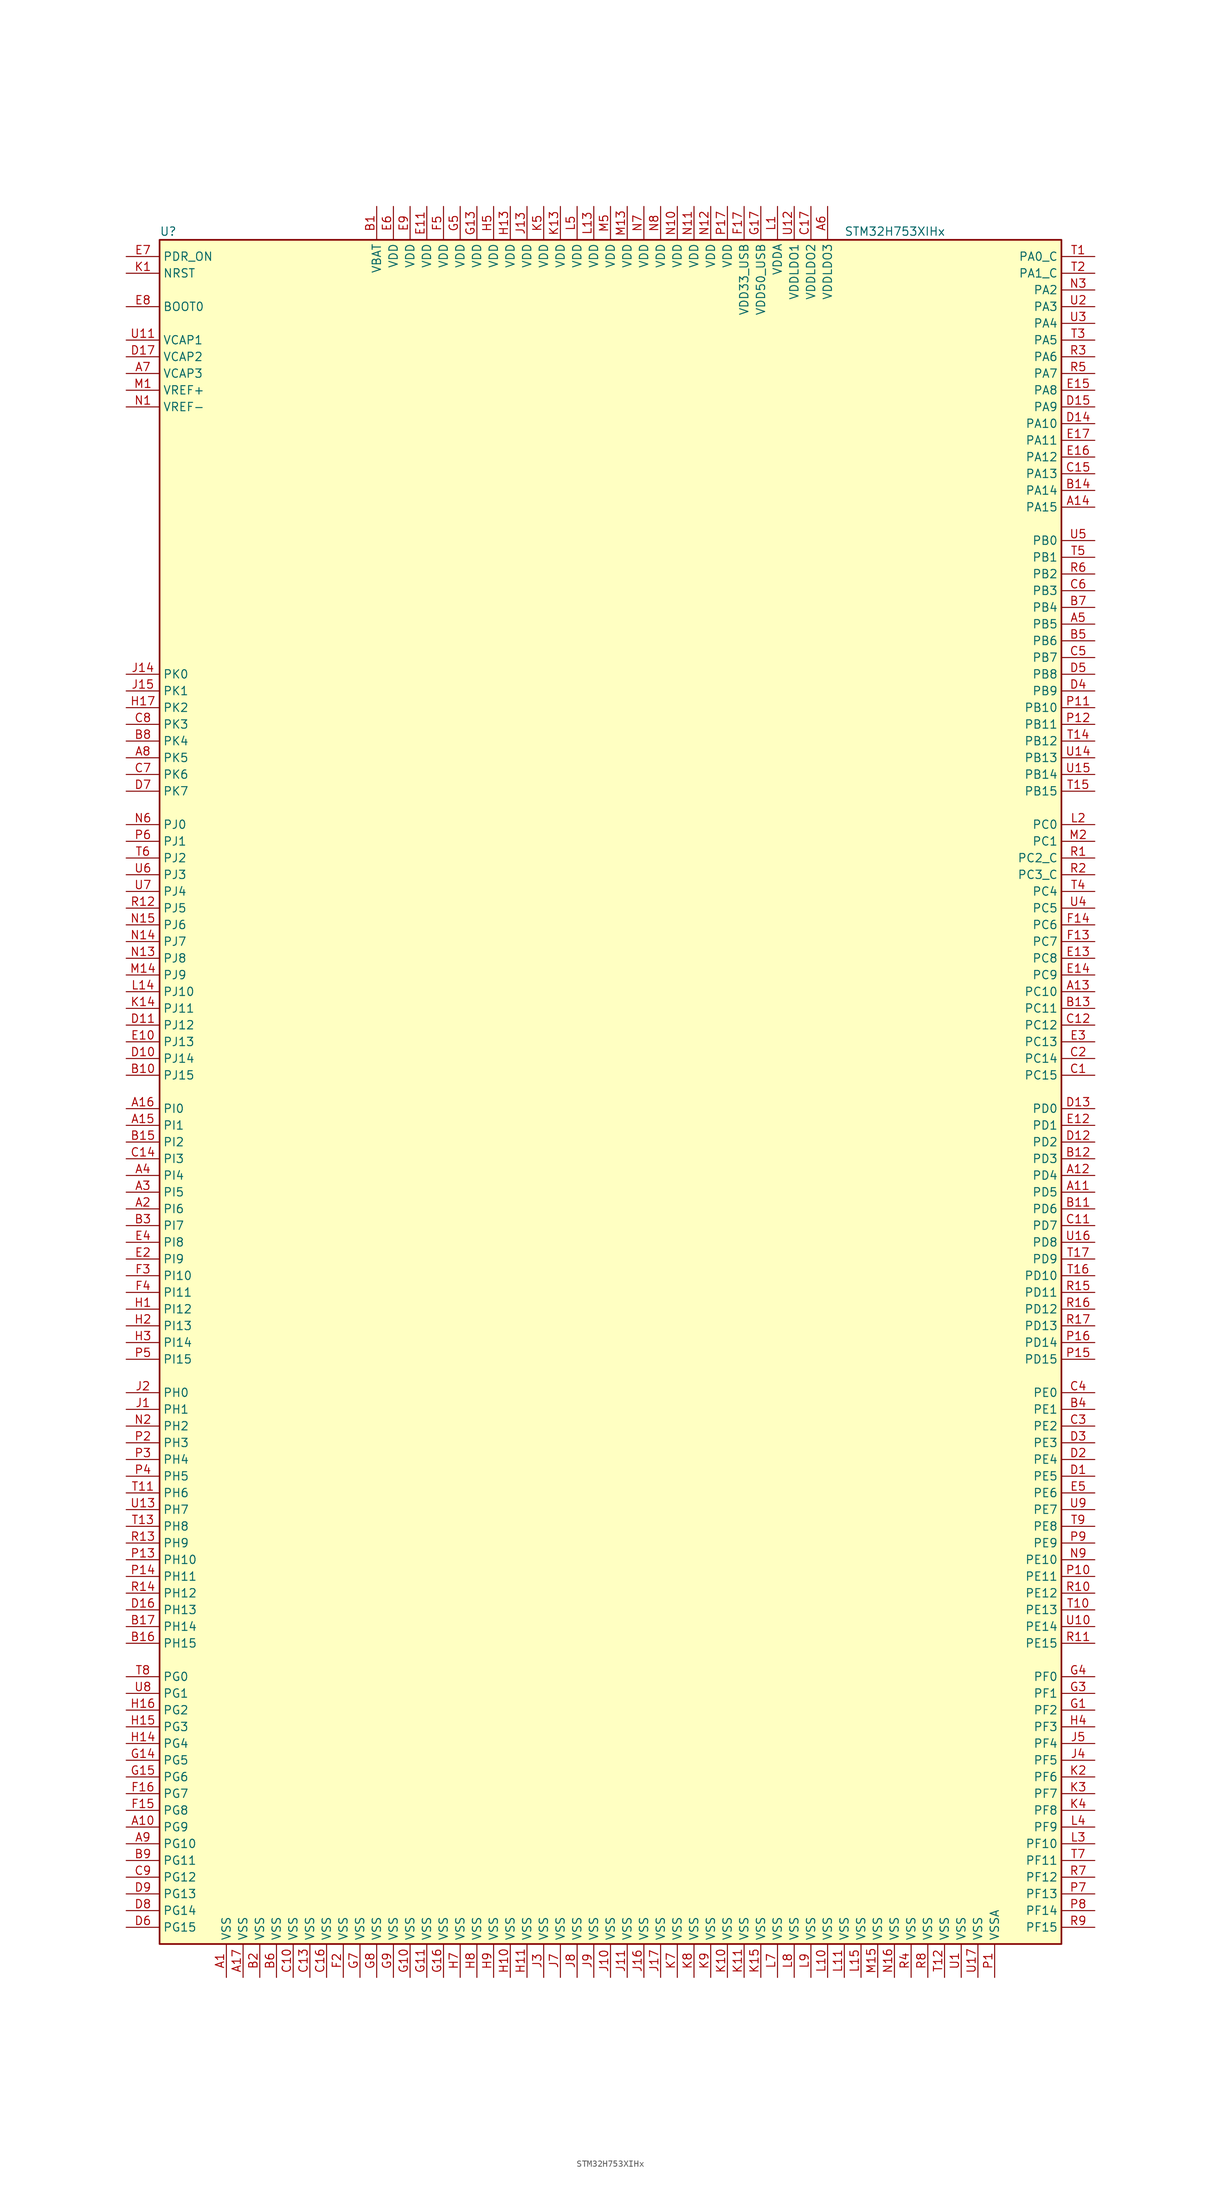
<source format=kicad_sym>
(kicad_symbol_lib
  (version 20200908)
  (generator kicad_symbol_editor)
  (symbol "MCU_ST_STM32H7:STM32H753XIHx"
    (property "Reference" "U"
      (at -68.58 130.81 0)
      (effects (font (size 1.27 1.27)) (justify left)))
    (property "Value" "STM32H753XIHx"
      (at 35.56 130.81 0)
      (effects (font (size 1.27 1.27)) (justify left)))
    (symbol "STM32H753XIHx_0_1"
      (rectangle (start -68.58 -129.54) (end 68.58 129.54) (stroke (width 0.254)) (fill (type background))))
    (symbol "STM32H753XIHx_1_1"
      (pin input line (at -73.66 119.38 0) (length 5.08) (name "BOOT0" (effects (font (size 1.27 1.27)))) (number "E8" (effects (font (size 1.27 1.27)))))
      (pin unconnected line (at -68.58 -127 0) (length 5.08) hide (name "NC" (effects (font (size 1.27 1.27)))) (number "E1" (effects (font (size 1.27 1.27)))))
      (pin unconnected line (at -68.58 -124.46 0) (length 5.08) hide (name "NC" (effects (font (size 1.27 1.27)))) (number "F1" (effects (font (size 1.27 1.27)))))
      (pin unconnected line (at -68.58 -121.92 0) (length 5.08) hide (name "NC" (effects (font (size 1.27 1.27)))) (number "G2" (effects (font (size 1.27 1.27)))))
      (pin unconnected line (at -68.58 -119.38 0) (length 5.08) hide (name "NC" (effects (font (size 1.27 1.27)))) (number "K16" (effects (font (size 1.27 1.27)))))
      (pin unconnected line (at -68.58 -116.84 0) (length 5.08) hide (name "NC" (effects (font (size 1.27 1.27)))) (number "K17" (effects (font (size 1.27 1.27)))))
      (pin unconnected line (at -68.58 -114.3 0) (length 5.08) hide (name "NC" (effects (font (size 1.27 1.27)))) (number "L16" (effects (font (size 1.27 1.27)))))
      (pin unconnected line (at -68.58 -111.76 0) (length 5.08) hide (name "NC" (effects (font (size 1.27 1.27)))) (number "L17" (effects (font (size 1.27 1.27)))))
      (pin unconnected line (at -68.58 -109.22 0) (length 5.08) hide (name "NC" (effects (font (size 1.27 1.27)))) (number "M16" (effects (font (size 1.27 1.27)))))
      (pin unconnected line (at -68.58 -106.68 0) (length 5.08) hide (name "NC" (effects (font (size 1.27 1.27)))) (number "M17" (effects (font (size 1.27 1.27)))))
      (pin unconnected line (at -68.58 -104.14 0) (length 5.08) hide (name "NC" (effects (font (size 1.27 1.27)))) (number "N17" (effects (font (size 1.27 1.27)))))
      (pin input line (at -73.66 124.46 0) (length 5.08) (name "NRST" (effects (font (size 1.27 1.27)))) (number "K1" (effects (font (size 1.27 1.27)))))
      (pin bidirectional line (at 73.66 127 180) (length 5.08) (name "PA0_C" (effects (font (size 1.27 1.27)))) (number "T1" (effects (font (size 1.27 1.27)))))
      (pin bidirectional line (at 73.66 101.6 180) (length 5.08) (name "PA10" (effects (font (size 1.27 1.27)))) (number "D14" (effects (font (size 1.27 1.27)))))
      (pin bidirectional line (at 73.66 99.06 180) (length 5.08) (name "PA11" (effects (font (size 1.27 1.27)))) (number "E17" (effects (font (size 1.27 1.27)))))
      (pin bidirectional line (at 73.66 96.52 180) (length 5.08) (name "PA12" (effects (font (size 1.27 1.27)))) (number "E16" (effects (font (size 1.27 1.27)))))
      (pin bidirectional line (at 73.66 93.98 180) (length 5.08) (name "PA13" (effects (font (size 1.27 1.27)))) (number "C15" (effects (font (size 1.27 1.27)))))
      (pin bidirectional line (at 73.66 91.44 180) (length 5.08) (name "PA14" (effects (font (size 1.27 1.27)))) (number "B14" (effects (font (size 1.27 1.27)))))
      (pin bidirectional line (at 73.66 88.9 180) (length 5.08) (name "PA15" (effects (font (size 1.27 1.27)))) (number "A14" (effects (font (size 1.27 1.27)))))
      (pin bidirectional line (at 73.66 124.46 180) (length 5.08) (name "PA1_C" (effects (font (size 1.27 1.27)))) (number "T2" (effects (font (size 1.27 1.27)))))
      (pin bidirectional line (at 73.66 121.92 180) (length 5.08) (name "PA2" (effects (font (size 1.27 1.27)))) (number "N3" (effects (font (size 1.27 1.27)))))
      (pin bidirectional line (at 73.66 119.38 180) (length 5.08) (name "PA3" (effects (font (size 1.27 1.27)))) (number "U2" (effects (font (size 1.27 1.27)))))
      (pin bidirectional line (at 73.66 116.84 180) (length 5.08) (name "PA4" (effects (font (size 1.27 1.27)))) (number "U3" (effects (font (size 1.27 1.27)))))
      (pin bidirectional line (at 73.66 114.3 180) (length 5.08) (name "PA5" (effects (font (size 1.27 1.27)))) (number "T3" (effects (font (size 1.27 1.27)))))
      (pin bidirectional line (at 73.66 111.76 180) (length 5.08) (name "PA6" (effects (font (size 1.27 1.27)))) (number "R3" (effects (font (size 1.27 1.27)))))
      (pin bidirectional line (at 73.66 109.22 180) (length 5.08) (name "PA7" (effects (font (size 1.27 1.27)))) (number "R5" (effects (font (size 1.27 1.27)))))
      (pin bidirectional line (at 73.66 106.68 180) (length 5.08) (name "PA8" (effects (font (size 1.27 1.27)))) (number "E15" (effects (font (size 1.27 1.27)))))
      (pin bidirectional line (at 73.66 104.14 180) (length 5.08) (name "PA9" (effects (font (size 1.27 1.27)))) (number "D15" (effects (font (size 1.27 1.27)))))
      (pin bidirectional line (at 73.66 83.82 180) (length 5.08) (name "PB0" (effects (font (size 1.27 1.27)))) (number "U5" (effects (font (size 1.27 1.27)))))
      (pin bidirectional line (at 73.66 81.28 180) (length 5.08) (name "PB1" (effects (font (size 1.27 1.27)))) (number "T5" (effects (font (size 1.27 1.27)))))
      (pin bidirectional line (at 73.66 58.42 180) (length 5.08) (name "PB10" (effects (font (size 1.27 1.27)))) (number "P11" (effects (font (size 1.27 1.27)))))
      (pin bidirectional line (at 73.66 55.88 180) (length 5.08) (name "PB11" (effects (font (size 1.27 1.27)))) (number "P12" (effects (font (size 1.27 1.27)))))
      (pin bidirectional line (at 73.66 53.34 180) (length 5.08) (name "PB12" (effects (font (size 1.27 1.27)))) (number "T14" (effects (font (size 1.27 1.27)))))
      (pin bidirectional line (at 73.66 50.8 180) (length 5.08) (name "PB13" (effects (font (size 1.27 1.27)))) (number "U14" (effects (font (size 1.27 1.27)))))
      (pin bidirectional line (at 73.66 48.26 180) (length 5.08) (name "PB14" (effects (font (size 1.27 1.27)))) (number "U15" (effects (font (size 1.27 1.27)))))
      (pin bidirectional line (at 73.66 45.72 180) (length 5.08) (name "PB15" (effects (font (size 1.27 1.27)))) (number "T15" (effects (font (size 1.27 1.27)))))
      (pin bidirectional line (at 73.66 78.74 180) (length 5.08) (name "PB2" (effects (font (size 1.27 1.27)))) (number "R6" (effects (font (size 1.27 1.27)))))
      (pin bidirectional line (at 73.66 76.2 180) (length 5.08) (name "PB3" (effects (font (size 1.27 1.27)))) (number "C6" (effects (font (size 1.27 1.27)))))
      (pin bidirectional line (at 73.66 73.66 180) (length 5.08) (name "PB4" (effects (font (size 1.27 1.27)))) (number "B7" (effects (font (size 1.27 1.27)))))
      (pin bidirectional line (at 73.66 71.12 180) (length 5.08) (name "PB5" (effects (font (size 1.27 1.27)))) (number "A5" (effects (font (size 1.27 1.27)))))
      (pin bidirectional line (at 73.66 68.58 180) (length 5.08) (name "PB6" (effects (font (size 1.27 1.27)))) (number "B5" (effects (font (size 1.27 1.27)))))
      (pin bidirectional line (at 73.66 66.04 180) (length 5.08) (name "PB7" (effects (font (size 1.27 1.27)))) (number "C5" (effects (font (size 1.27 1.27)))))
      (pin bidirectional line (at 73.66 63.5 180) (length 5.08) (name "PB8" (effects (font (size 1.27 1.27)))) (number "D5" (effects (font (size 1.27 1.27)))))
      (pin bidirectional line (at 73.66 60.96 180) (length 5.08) (name "PB9" (effects (font (size 1.27 1.27)))) (number "D4" (effects (font (size 1.27 1.27)))))
      (pin bidirectional line (at 73.66 40.64 180) (length 5.08) (name "PC0" (effects (font (size 1.27 1.27)))) (number "L2" (effects (font (size 1.27 1.27)))))
      (pin bidirectional line (at 73.66 38.1 180) (length 5.08) (name "PC1" (effects (font (size 1.27 1.27)))) (number "M2" (effects (font (size 1.27 1.27)))))
      (pin bidirectional line (at 73.66 15.24 180) (length 5.08) (name "PC10" (effects (font (size 1.27 1.27)))) (number "A13" (effects (font (size 1.27 1.27)))))
      (pin bidirectional line (at 73.66 12.7 180) (length 5.08) (name "PC11" (effects (font (size 1.27 1.27)))) (number "B13" (effects (font (size 1.27 1.27)))))
      (pin bidirectional line (at 73.66 10.16 180) (length 5.08) (name "PC12" (effects (font (size 1.27 1.27)))) (number "C12" (effects (font (size 1.27 1.27)))))
      (pin bidirectional line (at 73.66 7.62 180) (length 5.08) (name "PC13" (effects (font (size 1.27 1.27)))) (number "E3" (effects (font (size 1.27 1.27)))))
      (pin bidirectional line (at 73.66 5.08 180) (length 5.08) (name "PC14" (effects (font (size 1.27 1.27)))) (number "C2" (effects (font (size 1.27 1.27)))))
      (pin bidirectional line (at 73.66 2.54 180) (length 5.08) (name "PC15" (effects (font (size 1.27 1.27)))) (number "C1" (effects (font (size 1.27 1.27)))))
      (pin bidirectional line (at 73.66 35.56 180) (length 5.08) (name "PC2_C" (effects (font (size 1.27 1.27)))) (number "R1" (effects (font (size 1.27 1.27)))))
      (pin bidirectional line (at 73.66 33.02 180) (length 5.08) (name "PC3_C" (effects (font (size 1.27 1.27)))) (number "R2" (effects (font (size 1.27 1.27)))))
      (pin bidirectional line (at 73.66 30.48 180) (length 5.08) (name "PC4" (effects (font (size 1.27 1.27)))) (number "T4" (effects (font (size 1.27 1.27)))))
      (pin bidirectional line (at 73.66 27.94 180) (length 5.08) (name "PC5" (effects (font (size 1.27 1.27)))) (number "U4" (effects (font (size 1.27 1.27)))))
      (pin bidirectional line (at 73.66 25.4 180) (length 5.08) (name "PC6" (effects (font (size 1.27 1.27)))) (number "F14" (effects (font (size 1.27 1.27)))))
      (pin bidirectional line (at 73.66 22.86 180) (length 5.08) (name "PC7" (effects (font (size 1.27 1.27)))) (number "F13" (effects (font (size 1.27 1.27)))))
      (pin bidirectional line (at 73.66 20.32 180) (length 5.08) (name "PC8" (effects (font (size 1.27 1.27)))) (number "E13" (effects (font (size 1.27 1.27)))))
      (pin bidirectional line (at 73.66 17.78 180) (length 5.08) (name "PC9" (effects (font (size 1.27 1.27)))) (number "E14" (effects (font (size 1.27 1.27)))))
      (pin bidirectional line (at 73.66 -2.54 180) (length 5.08) (name "PD0" (effects (font (size 1.27 1.27)))) (number "D13" (effects (font (size 1.27 1.27)))))
      (pin bidirectional line (at 73.66 -5.08 180) (length 5.08) (name "PD1" (effects (font (size 1.27 1.27)))) (number "E12" (effects (font (size 1.27 1.27)))))
      (pin bidirectional line (at 73.66 -27.94 180) (length 5.08) (name "PD10" (effects (font (size 1.27 1.27)))) (number "T16" (effects (font (size 1.27 1.27)))))
      (pin bidirectional line (at 73.66 -30.48 180) (length 5.08) (name "PD11" (effects (font (size 1.27 1.27)))) (number "R15" (effects (font (size 1.27 1.27)))))
      (pin bidirectional line (at 73.66 -33.02 180) (length 5.08) (name "PD12" (effects (font (size 1.27 1.27)))) (number "R16" (effects (font (size 1.27 1.27)))))
      (pin bidirectional line (at 73.66 -35.56 180) (length 5.08) (name "PD13" (effects (font (size 1.27 1.27)))) (number "R17" (effects (font (size 1.27 1.27)))))
      (pin bidirectional line (at 73.66 -38.1 180) (length 5.08) (name "PD14" (effects (font (size 1.27 1.27)))) (number "P16" (effects (font (size 1.27 1.27)))))
      (pin bidirectional line (at 73.66 -40.64 180) (length 5.08) (name "PD15" (effects (font (size 1.27 1.27)))) (number "P15" (effects (font (size 1.27 1.27)))))
      (pin bidirectional line (at 73.66 -7.62 180) (length 5.08) (name "PD2" (effects (font (size 1.27 1.27)))) (number "D12" (effects (font (size 1.27 1.27)))))
      (pin bidirectional line (at 73.66 -10.16 180) (length 5.08) (name "PD3" (effects (font (size 1.27 1.27)))) (number "B12" (effects (font (size 1.27 1.27)))))
      (pin bidirectional line (at 73.66 -12.7 180) (length 5.08) (name "PD4" (effects (font (size 1.27 1.27)))) (number "A12" (effects (font (size 1.27 1.27)))))
      (pin bidirectional line (at 73.66 -15.24 180) (length 5.08) (name "PD5" (effects (font (size 1.27 1.27)))) (number "A11" (effects (font (size 1.27 1.27)))))
      (pin bidirectional line (at 73.66 -17.78 180) (length 5.08) (name "PD6" (effects (font (size 1.27 1.27)))) (number "B11" (effects (font (size 1.27 1.27)))))
      (pin bidirectional line (at 73.66 -20.32 180) (length 5.08) (name "PD7" (effects (font (size 1.27 1.27)))) (number "C11" (effects (font (size 1.27 1.27)))))
      (pin bidirectional line (at 73.66 -22.86 180) (length 5.08) (name "PD8" (effects (font (size 1.27 1.27)))) (number "U16" (effects (font (size 1.27 1.27)))))
      (pin bidirectional line (at 73.66 -25.4 180) (length 5.08) (name "PD9" (effects (font (size 1.27 1.27)))) (number "T17" (effects (font (size 1.27 1.27)))))
      (pin input line (at -73.66 127 0) (length 5.08) (name "PDR_ON" (effects (font (size 1.27 1.27)))) (number "E7" (effects (font (size 1.27 1.27)))))
      (pin bidirectional line (at 73.66 -45.72 180) (length 5.08) (name "PE0" (effects (font (size 1.27 1.27)))) (number "C4" (effects (font (size 1.27 1.27)))))
      (pin bidirectional line (at 73.66 -48.26 180) (length 5.08) (name "PE1" (effects (font (size 1.27 1.27)))) (number "B4" (effects (font (size 1.27 1.27)))))
      (pin bidirectional line (at 73.66 -71.12 180) (length 5.08) (name "PE10" (effects (font (size 1.27 1.27)))) (number "N9" (effects (font (size 1.27 1.27)))))
      (pin bidirectional line (at 73.66 -73.66 180) (length 5.08) (name "PE11" (effects (font (size 1.27 1.27)))) (number "P10" (effects (font (size 1.27 1.27)))))
      (pin bidirectional line (at 73.66 -76.2 180) (length 5.08) (name "PE12" (effects (font (size 1.27 1.27)))) (number "R10" (effects (font (size 1.27 1.27)))))
      (pin bidirectional line (at 73.66 -78.74 180) (length 5.08) (name "PE13" (effects (font (size 1.27 1.27)))) (number "T10" (effects (font (size 1.27 1.27)))))
      (pin bidirectional line (at 73.66 -81.28 180) (length 5.08) (name "PE14" (effects (font (size 1.27 1.27)))) (number "U10" (effects (font (size 1.27 1.27)))))
      (pin bidirectional line (at 73.66 -83.82 180) (length 5.08) (name "PE15" (effects (font (size 1.27 1.27)))) (number "R11" (effects (font (size 1.27 1.27)))))
      (pin bidirectional line (at 73.66 -50.8 180) (length 5.08) (name "PE2" (effects (font (size 1.27 1.27)))) (number "C3" (effects (font (size 1.27 1.27)))))
      (pin bidirectional line (at 73.66 -53.34 180) (length 5.08) (name "PE3" (effects (font (size 1.27 1.27)))) (number "D3" (effects (font (size 1.27 1.27)))))
      (pin bidirectional line (at 73.66 -55.88 180) (length 5.08) (name "PE4" (effects (font (size 1.27 1.27)))) (number "D2" (effects (font (size 1.27 1.27)))))
      (pin bidirectional line (at 73.66 -58.42 180) (length 5.08) (name "PE5" (effects (font (size 1.27 1.27)))) (number "D1" (effects (font (size 1.27 1.27)))))
      (pin bidirectional line (at 73.66 -60.96 180) (length 5.08) (name "PE6" (effects (font (size 1.27 1.27)))) (number "E5" (effects (font (size 1.27 1.27)))))
      (pin bidirectional line (at 73.66 -63.5 180) (length 5.08) (name "PE7" (effects (font (size 1.27 1.27)))) (number "U9" (effects (font (size 1.27 1.27)))))
      (pin bidirectional line (at 73.66 -66.04 180) (length 5.08) (name "PE8" (effects (font (size 1.27 1.27)))) (number "T9" (effects (font (size 1.27 1.27)))))
      (pin bidirectional line (at 73.66 -68.58 180) (length 5.08) (name "PE9" (effects (font (size 1.27 1.27)))) (number "P9" (effects (font (size 1.27 1.27)))))
      (pin bidirectional line (at 73.66 -88.9 180) (length 5.08) (name "PF0" (effects (font (size 1.27 1.27)))) (number "G4" (effects (font (size 1.27 1.27)))))
      (pin bidirectional line (at 73.66 -91.44 180) (length 5.08) (name "PF1" (effects (font (size 1.27 1.27)))) (number "G3" (effects (font (size 1.27 1.27)))))
      (pin bidirectional line (at 73.66 -114.3 180) (length 5.08) (name "PF10" (effects (font (size 1.27 1.27)))) (number "L3" (effects (font (size 1.27 1.27)))))
      (pin bidirectional line (at 73.66 -116.84 180) (length 5.08) (name "PF11" (effects (font (size 1.27 1.27)))) (number "T7" (effects (font (size 1.27 1.27)))))
      (pin bidirectional line (at 73.66 -119.38 180) (length 5.08) (name "PF12" (effects (font (size 1.27 1.27)))) (number "R7" (effects (font (size 1.27 1.27)))))
      (pin bidirectional line (at 73.66 -121.92 180) (length 5.08) (name "PF13" (effects (font (size 1.27 1.27)))) (number "P7" (effects (font (size 1.27 1.27)))))
      (pin bidirectional line (at 73.66 -124.46 180) (length 5.08) (name "PF14" (effects (font (size 1.27 1.27)))) (number "P8" (effects (font (size 1.27 1.27)))))
      (pin bidirectional line (at 73.66 -127 180) (length 5.08) (name "PF15" (effects (font (size 1.27 1.27)))) (number "R9" (effects (font (size 1.27 1.27)))))
      (pin bidirectional line (at 73.66 -93.98 180) (length 5.08) (name "PF2" (effects (font (size 1.27 1.27)))) (number "G1" (effects (font (size 1.27 1.27)))))
      (pin bidirectional line (at 73.66 -96.52 180) (length 5.08) (name "PF3" (effects (font (size 1.27 1.27)))) (number "H4" (effects (font (size 1.27 1.27)))))
      (pin bidirectional line (at 73.66 -99.06 180) (length 5.08) (name "PF4" (effects (font (size 1.27 1.27)))) (number "J5" (effects (font (size 1.27 1.27)))))
      (pin bidirectional line (at 73.66 -101.6 180) (length 5.08) (name "PF5" (effects (font (size 1.27 1.27)))) (number "J4" (effects (font (size 1.27 1.27)))))
      (pin bidirectional line (at 73.66 -104.14 180) (length 5.08) (name "PF6" (effects (font (size 1.27 1.27)))) (number "K2" (effects (font (size 1.27 1.27)))))
      (pin bidirectional line (at 73.66 -106.68 180) (length 5.08) (name "PF7" (effects (font (size 1.27 1.27)))) (number "K3" (effects (font (size 1.27 1.27)))))
      (pin bidirectional line (at 73.66 -109.22 180) (length 5.08) (name "PF8" (effects (font (size 1.27 1.27)))) (number "K4" (effects (font (size 1.27 1.27)))))
      (pin bidirectional line (at 73.66 -111.76 180) (length 5.08) (name "PF9" (effects (font (size 1.27 1.27)))) (number "L4" (effects (font (size 1.27 1.27)))))
      (pin bidirectional line (at -73.66 -88.9 0) (length 5.08) (name "PG0" (effects (font (size 1.27 1.27)))) (number "T8" (effects (font (size 1.27 1.27)))))
      (pin bidirectional line (at -73.66 -91.44 0) (length 5.08) (name "PG1" (effects (font (size 1.27 1.27)))) (number "U8" (effects (font (size 1.27 1.27)))))
      (pin bidirectional line (at -73.66 -114.3 0) (length 5.08) (name "PG10" (effects (font (size 1.27 1.27)))) (number "A9" (effects (font (size 1.27 1.27)))))
      (pin bidirectional line (at -73.66 -116.84 0) (length 5.08) (name "PG11" (effects (font (size 1.27 1.27)))) (number "B9" (effects (font (size 1.27 1.27)))))
      (pin bidirectional line (at -73.66 -119.38 0) (length 5.08) (name "PG12" (effects (font (size 1.27 1.27)))) (number "C9" (effects (font (size 1.27 1.27)))))
      (pin bidirectional line (at -73.66 -121.92 0) (length 5.08) (name "PG13" (effects (font (size 1.27 1.27)))) (number "D9" (effects (font (size 1.27 1.27)))))
      (pin bidirectional line (at -73.66 -124.46 0) (length 5.08) (name "PG14" (effects (font (size 1.27 1.27)))) (number "D8" (effects (font (size 1.27 1.27)))))
      (pin bidirectional line (at -73.66 -127 0) (length 5.08) (name "PG15" (effects (font (size 1.27 1.27)))) (number "D6" (effects (font (size 1.27 1.27)))))
      (pin bidirectional line (at -73.66 -93.98 0) (length 5.08) (name "PG2" (effects (font (size 1.27 1.27)))) (number "H16" (effects (font (size 1.27 1.27)))))
      (pin bidirectional line (at -73.66 -96.52 0) (length 5.08) (name "PG3" (effects (font (size 1.27 1.27)))) (number "H15" (effects (font (size 1.27 1.27)))))
      (pin bidirectional line (at -73.66 -99.06 0) (length 5.08) (name "PG4" (effects (font (size 1.27 1.27)))) (number "H14" (effects (font (size 1.27 1.27)))))
      (pin bidirectional line (at -73.66 -101.6 0) (length 5.08) (name "PG5" (effects (font (size 1.27 1.27)))) (number "G14" (effects (font (size 1.27 1.27)))))
      (pin bidirectional line (at -73.66 -104.14 0) (length 5.08) (name "PG6" (effects (font (size 1.27 1.27)))) (number "G15" (effects (font (size 1.27 1.27)))))
      (pin bidirectional line (at -73.66 -106.68 0) (length 5.08) (name "PG7" (effects (font (size 1.27 1.27)))) (number "F16" (effects (font (size 1.27 1.27)))))
      (pin bidirectional line (at -73.66 -109.22 0) (length 5.08) (name "PG8" (effects (font (size 1.27 1.27)))) (number "F15" (effects (font (size 1.27 1.27)))))
      (pin bidirectional line (at -73.66 -111.76 0) (length 5.08) (name "PG9" (effects (font (size 1.27 1.27)))) (number "A10" (effects (font (size 1.27 1.27)))))
      (pin input line (at -73.66 -45.72 0) (length 5.08) (name "PH0" (effects (font (size 1.27 1.27)))) (number "J2" (effects (font (size 1.27 1.27)))))
      (pin input line (at -73.66 -48.26 0) (length 5.08) (name "PH1" (effects (font (size 1.27 1.27)))) (number "J1" (effects (font (size 1.27 1.27)))))
      (pin bidirectional line (at -73.66 -71.12 0) (length 5.08) (name "PH10" (effects (font (size 1.27 1.27)))) (number "P13" (effects (font (size 1.27 1.27)))))
      (pin bidirectional line (at -73.66 -73.66 0) (length 5.08) (name "PH11" (effects (font (size 1.27 1.27)))) (number "P14" (effects (font (size 1.27 1.27)))))
      (pin bidirectional line (at -73.66 -76.2 0) (length 5.08) (name "PH12" (effects (font (size 1.27 1.27)))) (number "R14" (effects (font (size 1.27 1.27)))))
      (pin bidirectional line (at -73.66 -78.74 0) (length 5.08) (name "PH13" (effects (font (size 1.27 1.27)))) (number "D16" (effects (font (size 1.27 1.27)))))
      (pin bidirectional line (at -73.66 -81.28 0) (length 5.08) (name "PH14" (effects (font (size 1.27 1.27)))) (number "B17" (effects (font (size 1.27 1.27)))))
      (pin bidirectional line (at -73.66 -83.82 0) (length 5.08) (name "PH15" (effects (font (size 1.27 1.27)))) (number "B16" (effects (font (size 1.27 1.27)))))
      (pin bidirectional line (at -73.66 -50.8 0) (length 5.08) (name "PH2" (effects (font (size 1.27 1.27)))) (number "N2" (effects (font (size 1.27 1.27)))))
      (pin bidirectional line (at -73.66 -53.34 0) (length 5.08) (name "PH3" (effects (font (size 1.27 1.27)))) (number "P2" (effects (font (size 1.27 1.27)))))
      (pin bidirectional line (at -73.66 -55.88 0) (length 5.08) (name "PH4" (effects (font (size 1.27 1.27)))) (number "P3" (effects (font (size 1.27 1.27)))))
      (pin bidirectional line (at -73.66 -58.42 0) (length 5.08) (name "PH5" (effects (font (size 1.27 1.27)))) (number "P4" (effects (font (size 1.27 1.27)))))
      (pin bidirectional line (at -73.66 -60.96 0) (length 5.08) (name "PH6" (effects (font (size 1.27 1.27)))) (number "T11" (effects (font (size 1.27 1.27)))))
      (pin bidirectional line (at -73.66 -63.5 0) (length 5.08) (name "PH7" (effects (font (size 1.27 1.27)))) (number "U13" (effects (font (size 1.27 1.27)))))
      (pin bidirectional line (at -73.66 -66.04 0) (length 5.08) (name "PH8" (effects (font (size 1.27 1.27)))) (number "T13" (effects (font (size 1.27 1.27)))))
      (pin bidirectional line (at -73.66 -68.58 0) (length 5.08) (name "PH9" (effects (font (size 1.27 1.27)))) (number "R13" (effects (font (size 1.27 1.27)))))
      (pin bidirectional line (at -73.66 -2.54 0) (length 5.08) (name "PI0" (effects (font (size 1.27 1.27)))) (number "A16" (effects (font (size 1.27 1.27)))))
      (pin bidirectional line (at -73.66 -5.08 0) (length 5.08) (name "PI1" (effects (font (size 1.27 1.27)))) (number "A15" (effects (font (size 1.27 1.27)))))
      (pin bidirectional line (at -73.66 -27.94 0) (length 5.08) (name "PI10" (effects (font (size 1.27 1.27)))) (number "F3" (effects (font (size 1.27 1.27)))))
      (pin bidirectional line (at -73.66 -30.48 0) (length 5.08) (name "PI11" (effects (font (size 1.27 1.27)))) (number "F4" (effects (font (size 1.27 1.27)))))
      (pin bidirectional line (at -73.66 -33.02 0) (length 5.08) (name "PI12" (effects (font (size 1.27 1.27)))) (number "H1" (effects (font (size 1.27 1.27)))))
      (pin bidirectional line (at -73.66 -35.56 0) (length 5.08) (name "PI13" (effects (font (size 1.27 1.27)))) (number "H2" (effects (font (size 1.27 1.27)))))
      (pin bidirectional line (at -73.66 -38.1 0) (length 5.08) (name "PI14" (effects (font (size 1.27 1.27)))) (number "H3" (effects (font (size 1.27 1.27)))))
      (pin bidirectional line (at -73.66 -40.64 0) (length 5.08) (name "PI15" (effects (font (size 1.27 1.27)))) (number "P5" (effects (font (size 1.27 1.27)))))
      (pin bidirectional line (at -73.66 -7.62 0) (length 5.08) (name "PI2" (effects (font (size 1.27 1.27)))) (number "B15" (effects (font (size 1.27 1.27)))))
      (pin bidirectional line (at -73.66 -10.16 0) (length 5.08) (name "PI3" (effects (font (size 1.27 1.27)))) (number "C14" (effects (font (size 1.27 1.27)))))
      (pin bidirectional line (at -73.66 -12.7 0) (length 5.08) (name "PI4" (effects (font (size 1.27 1.27)))) (number "A4" (effects (font (size 1.27 1.27)))))
      (pin bidirectional line (at -73.66 -15.24 0) (length 5.08) (name "PI5" (effects (font (size 1.27 1.27)))) (number "A3" (effects (font (size 1.27 1.27)))))
      (pin bidirectional line (at -73.66 -17.78 0) (length 5.08) (name "PI6" (effects (font (size 1.27 1.27)))) (number "A2" (effects (font (size 1.27 1.27)))))
      (pin bidirectional line (at -73.66 -20.32 0) (length 5.08) (name "PI7" (effects (font (size 1.27 1.27)))) (number "B3" (effects (font (size 1.27 1.27)))))
      (pin bidirectional line (at -73.66 -22.86 0) (length 5.08) (name "PI8" (effects (font (size 1.27 1.27)))) (number "E4" (effects (font (size 1.27 1.27)))))
      (pin bidirectional line (at -73.66 -25.4 0) (length 5.08) (name "PI9" (effects (font (size 1.27 1.27)))) (number "E2" (effects (font (size 1.27 1.27)))))
      (pin bidirectional line (at -73.66 40.64 0) (length 5.08) (name "PJ0" (effects (font (size 1.27 1.27)))) (number "N6" (effects (font (size 1.27 1.27)))))
      (pin bidirectional line (at -73.66 38.1 0) (length 5.08) (name "PJ1" (effects (font (size 1.27 1.27)))) (number "P6" (effects (font (size 1.27 1.27)))))
      (pin bidirectional line (at -73.66 15.24 0) (length 5.08) (name "PJ10" (effects (font (size 1.27 1.27)))) (number "L14" (effects (font (size 1.27 1.27)))))
      (pin bidirectional line (at -73.66 12.7 0) (length 5.08) (name "PJ11" (effects (font (size 1.27 1.27)))) (number "K14" (effects (font (size 1.27 1.27)))))
      (pin bidirectional line (at -73.66 10.16 0) (length 5.08) (name "PJ12" (effects (font (size 1.27 1.27)))) (number "D11" (effects (font (size 1.27 1.27)))))
      (pin bidirectional line (at -73.66 7.62 0) (length 5.08) (name "PJ13" (effects (font (size 1.27 1.27)))) (number "E10" (effects (font (size 1.27 1.27)))))
      (pin bidirectional line (at -73.66 5.08 0) (length 5.08) (name "PJ14" (effects (font (size 1.27 1.27)))) (number "D10" (effects (font (size 1.27 1.27)))))
      (pin bidirectional line (at -73.66 2.54 0) (length 5.08) (name "PJ15" (effects (font (size 1.27 1.27)))) (number "B10" (effects (font (size 1.27 1.27)))))
      (pin bidirectional line (at -73.66 35.56 0) (length 5.08) (name "PJ2" (effects (font (size 1.27 1.27)))) (number "T6" (effects (font (size 1.27 1.27)))))
      (pin bidirectional line (at -73.66 33.02 0) (length 5.08) (name "PJ3" (effects (font (size 1.27 1.27)))) (number "U6" (effects (font (size 1.27 1.27)))))
      (pin bidirectional line (at -73.66 30.48 0) (length 5.08) (name "PJ4" (effects (font (size 1.27 1.27)))) (number "U7" (effects (font (size 1.27 1.27)))))
      (pin bidirectional line (at -73.66 27.94 0) (length 5.08) (name "PJ5" (effects (font (size 1.27 1.27)))) (number "R12" (effects (font (size 1.27 1.27)))))
      (pin bidirectional line (at -73.66 25.4 0) (length 5.08) (name "PJ6" (effects (font (size 1.27 1.27)))) (number "N15" (effects (font (size 1.27 1.27)))))
      (pin bidirectional line (at -73.66 22.86 0) (length 5.08) (name "PJ7" (effects (font (size 1.27 1.27)))) (number "N14" (effects (font (size 1.27 1.27)))))
      (pin bidirectional line (at -73.66 20.32 0) (length 5.08) (name "PJ8" (effects (font (size 1.27 1.27)))) (number "N13" (effects (font (size 1.27 1.27)))))
      (pin bidirectional line (at -73.66 17.78 0) (length 5.08) (name "PJ9" (effects (font (size 1.27 1.27)))) (number "M14" (effects (font (size 1.27 1.27)))))
      (pin bidirectional line (at -73.66 63.5 0) (length 5.08) (name "PK0" (effects (font (size 1.27 1.27)))) (number "J14" (effects (font (size 1.27 1.27)))))
      (pin bidirectional line (at -73.66 60.96 0) (length 5.08) (name "PK1" (effects (font (size 1.27 1.27)))) (number "J15" (effects (font (size 1.27 1.27)))))
      (pin bidirectional line (at -73.66 58.42 0) (length 5.08) (name "PK2" (effects (font (size 1.27 1.27)))) (number "H17" (effects (font (size 1.27 1.27)))))
      (pin bidirectional line (at -73.66 55.88 0) (length 5.08) (name "PK3" (effects (font (size 1.27 1.27)))) (number "C8" (effects (font (size 1.27 1.27)))))
      (pin bidirectional line (at -73.66 53.34 0) (length 5.08) (name "PK4" (effects (font (size 1.27 1.27)))) (number "B8" (effects (font (size 1.27 1.27)))))
      (pin bidirectional line (at -73.66 50.8 0) (length 5.08) (name "PK5" (effects (font (size 1.27 1.27)))) (number "A8" (effects (font (size 1.27 1.27)))))
      (pin bidirectional line (at -73.66 48.26 0) (length 5.08) (name "PK6" (effects (font (size 1.27 1.27)))) (number "C7" (effects (font (size 1.27 1.27)))))
      (pin bidirectional line (at -73.66 45.72 0) (length 5.08) (name "PK7" (effects (font (size 1.27 1.27)))) (number "D7" (effects (font (size 1.27 1.27)))))
      (pin power_in line (at -35.56 134.62 270) (length 5.08) (name "VBAT" (effects (font (size 1.27 1.27)))) (number "B1" (effects (font (size 1.27 1.27)))))
      (pin power_in line (at -73.66 114.3 0) (length 5.08) (name "VCAP1" (effects (font (size 1.27 1.27)))) (number "U11" (effects (font (size 1.27 1.27)))))
      (pin power_in line (at -73.66 111.76 0) (length 5.08) (name "VCAP2" (effects (font (size 1.27 1.27)))) (number "D17" (effects (font (size 1.27 1.27)))))
      (pin power_in line (at -73.66 109.22 0) (length 5.08) (name "VCAP3" (effects (font (size 1.27 1.27)))) (number "A7" (effects (font (size 1.27 1.27)))))
      (pin power_in line (at -27.94 134.62 270) (length 5.08) (name "VDD" (effects (font (size 1.27 1.27)))) (number "E11" (effects (font (size 1.27 1.27)))))
      (pin power_in line (at -33.02 134.62 270) (length 5.08) (name "VDD" (effects (font (size 1.27 1.27)))) (number "E6" (effects (font (size 1.27 1.27)))))
      (pin power_in line (at -30.48 134.62 270) (length 5.08) (name "VDD" (effects (font (size 1.27 1.27)))) (number "E9" (effects (font (size 1.27 1.27)))))
      (pin power_in line (at -25.4 134.62 270) (length 5.08) (name "VDD" (effects (font (size 1.27 1.27)))) (number "F5" (effects (font (size 1.27 1.27)))))
      (pin power_in line (at -20.32 134.62 270) (length 5.08) (name "VDD" (effects (font (size 1.27 1.27)))) (number "G13" (effects (font (size 1.27 1.27)))))
      (pin power_in line (at -22.86 134.62 270) (length 5.08) (name "VDD" (effects (font (size 1.27 1.27)))) (number "G5" (effects (font (size 1.27 1.27)))))
      (pin power_in line (at -15.24 134.62 270) (length 5.08) (name "VDD" (effects (font (size 1.27 1.27)))) (number "H13" (effects (font (size 1.27 1.27)))))
      (pin power_in line (at -17.78 134.62 270) (length 5.08) (name "VDD" (effects (font (size 1.27 1.27)))) (number "H5" (effects (font (size 1.27 1.27)))))
      (pin power_in line (at -12.7 134.62 270) (length 5.08) (name "VDD" (effects (font (size 1.27 1.27)))) (number "J13" (effects (font (size 1.27 1.27)))))
      (pin power_in line (at -7.62 134.62 270) (length 5.08) (name "VDD" (effects (font (size 1.27 1.27)))) (number "K13" (effects (font (size 1.27 1.27)))))
      (pin power_in line (at -10.16 134.62 270) (length 5.08) (name "VDD" (effects (font (size 1.27 1.27)))) (number "K5" (effects (font (size 1.27 1.27)))))
      (pin power_in line (at -2.54 134.62 270) (length 5.08) (name "VDD" (effects (font (size 1.27 1.27)))) (number "L13" (effects (font (size 1.27 1.27)))))
      (pin power_in line (at -5.08 134.62 270) (length 5.08) (name "VDD" (effects (font (size 1.27 1.27)))) (number "L5" (effects (font (size 1.27 1.27)))))
      (pin power_in line (at 2.54 134.62 270) (length 5.08) (name "VDD" (effects (font (size 1.27 1.27)))) (number "M13" (effects (font (size 1.27 1.27)))))
      (pin power_in line (at 0 134.62 270) (length 5.08) (name "VDD" (effects (font (size 1.27 1.27)))) (number "M5" (effects (font (size 1.27 1.27)))))
      (pin power_in line (at 10.16 134.62 270) (length 5.08) (name "VDD" (effects (font (size 1.27 1.27)))) (number "N10" (effects (font (size 1.27 1.27)))))
      (pin power_in line (at 12.7 134.62 270) (length 5.08) (name "VDD" (effects (font (size 1.27 1.27)))) (number "N11" (effects (font (size 1.27 1.27)))))
      (pin power_in line (at 15.24 134.62 270) (length 5.08) (name "VDD" (effects (font (size 1.27 1.27)))) (number "N12" (effects (font (size 1.27 1.27)))))
      (pin power_in line (at 5.08 134.62 270) (length 5.08) (name "VDD" (effects (font (size 1.27 1.27)))) (number "N7" (effects (font (size 1.27 1.27)))))
      (pin power_in line (at 7.62 134.62 270) (length 5.08) (name "VDD" (effects (font (size 1.27 1.27)))) (number "N8" (effects (font (size 1.27 1.27)))))
      (pin power_in line (at 17.78 134.62 270) (length 5.08) (name "VDD" (effects (font (size 1.27 1.27)))) (number "P17" (effects (font (size 1.27 1.27)))))
      (pin power_in line (at 20.32 134.62 270) (length 5.08) (name "VDD33_USB" (effects (font (size 1.27 1.27)))) (number "F17" (effects (font (size 1.27 1.27)))))
      (pin power_in line (at 22.86 134.62 270) (length 5.08) (name "VDD50_USB" (effects (font (size 1.27 1.27)))) (number "G17" (effects (font (size 1.27 1.27)))))
      (pin power_in line (at 25.4 134.62 270) (length 5.08) (name "VDDA" (effects (font (size 1.27 1.27)))) (number "L1" (effects (font (size 1.27 1.27)))))
      (pin power_in line (at 27.94 134.62 270) (length 5.08) (name "VDDLDO1" (effects (font (size 1.27 1.27)))) (number "U12" (effects (font (size 1.27 1.27)))))
      (pin power_in line (at 30.48 134.62 270) (length 5.08) (name "VDDLDO2" (effects (font (size 1.27 1.27)))) (number "C17" (effects (font (size 1.27 1.27)))))
      (pin power_in line (at 33.02 134.62 270) (length 5.08) (name "VDDLDO3" (effects (font (size 1.27 1.27)))) (number "A6" (effects (font (size 1.27 1.27)))))
      (pin bidirectional line (at -73.66 106.68 0) (length 5.08) (name "VREF+" (effects (font (size 1.27 1.27)))) (number "M1" (effects (font (size 1.27 1.27)))))
      (pin power_in line (at -73.66 104.14 0) (length 5.08) (name "VREF-" (effects (font (size 1.27 1.27)))) (number "N1" (effects (font (size 1.27 1.27)))))
      (pin power_in line (at -58.42 -134.62 90) (length 5.08) (name "VSS" (effects (font (size 1.27 1.27)))) (number "A1" (effects (font (size 1.27 1.27)))))
      (pin power_in line (at -55.88 -134.62 90) (length 5.08) (name "VSS" (effects (font (size 1.27 1.27)))) (number "A17" (effects (font (size 1.27 1.27)))))
      (pin power_in line (at -53.34 -134.62 90) (length 5.08) (name "VSS" (effects (font (size 1.27 1.27)))) (number "B2" (effects (font (size 1.27 1.27)))))
      (pin power_in line (at -50.8 -134.62 90) (length 5.08) (name "VSS" (effects (font (size 1.27 1.27)))) (number "B6" (effects (font (size 1.27 1.27)))))
      (pin power_in line (at -48.26 -134.62 90) (length 5.08) (name "VSS" (effects (font (size 1.27 1.27)))) (number "C10" (effects (font (size 1.27 1.27)))))
      (pin power_in line (at -45.72 -134.62 90) (length 5.08) (name "VSS" (effects (font (size 1.27 1.27)))) (number "C13" (effects (font (size 1.27 1.27)))))
      (pin power_in line (at -43.18 -134.62 90) (length 5.08) (name "VSS" (effects (font (size 1.27 1.27)))) (number "C16" (effects (font (size 1.27 1.27)))))
      (pin power_in line (at -40.64 -134.62 90) (length 5.08) (name "VSS" (effects (font (size 1.27 1.27)))) (number "F2" (effects (font (size 1.27 1.27)))))
      (pin power_in line (at -30.48 -134.62 90) (length 5.08) (name "VSS" (effects (font (size 1.27 1.27)))) (number "G10" (effects (font (size 1.27 1.27)))))
      (pin power_in line (at -27.94 -134.62 90) (length 5.08) (name "VSS" (effects (font (size 1.27 1.27)))) (number "G11" (effects (font (size 1.27 1.27)))))
      (pin power_in line (at -25.4 -134.62 90) (length 5.08) (name "VSS" (effects (font (size 1.27 1.27)))) (number "G16" (effects (font (size 1.27 1.27)))))
      (pin power_in line (at -38.1 -134.62 90) (length 5.08) (name "VSS" (effects (font (size 1.27 1.27)))) (number "G7" (effects (font (size 1.27 1.27)))))
      (pin power_in line (at -35.56 -134.62 90) (length 5.08) (name "VSS" (effects (font (size 1.27 1.27)))) (number "G8" (effects (font (size 1.27 1.27)))))
      (pin power_in line (at -33.02 -134.62 90) (length 5.08) (name "VSS" (effects (font (size 1.27 1.27)))) (number "G9" (effects (font (size 1.27 1.27)))))
      (pin power_in line (at -15.24 -134.62 90) (length 5.08) (name "VSS" (effects (font (size 1.27 1.27)))) (number "H10" (effects (font (size 1.27 1.27)))))
      (pin power_in line (at -12.7 -134.62 90) (length 5.08) (name "VSS" (effects (font (size 1.27 1.27)))) (number "H11" (effects (font (size 1.27 1.27)))))
      (pin power_in line (at -22.86 -134.62 90) (length 5.08) (name "VSS" (effects (font (size 1.27 1.27)))) (number "H7" (effects (font (size 1.27 1.27)))))
      (pin power_in line (at -20.32 -134.62 90) (length 5.08) (name "VSS" (effects (font (size 1.27 1.27)))) (number "H8" (effects (font (size 1.27 1.27)))))
      (pin power_in line (at -17.78 -134.62 90) (length 5.08) (name "VSS" (effects (font (size 1.27 1.27)))) (number "H9" (effects (font (size 1.27 1.27)))))
      (pin power_in line (at 0 -134.62 90) (length 5.08) (name "VSS" (effects (font (size 1.27 1.27)))) (number "J10" (effects (font (size 1.27 1.27)))))
      (pin power_in line (at 2.54 -134.62 90) (length 5.08) (name "VSS" (effects (font (size 1.27 1.27)))) (number "J11" (effects (font (size 1.27 1.27)))))
      (pin power_in line (at 5.08 -134.62 90) (length 5.08) (name "VSS" (effects (font (size 1.27 1.27)))) (number "J16" (effects (font (size 1.27 1.27)))))
      (pin power_in line (at 7.62 -134.62 90) (length 5.08) (name "VSS" (effects (font (size 1.27 1.27)))) (number "J17" (effects (font (size 1.27 1.27)))))
      (pin power_in line (at -10.16 -134.62 90) (length 5.08) (name "VSS" (effects (font (size 1.27 1.27)))) (number "J3" (effects (font (size 1.27 1.27)))))
      (pin power_in line (at -7.62 -134.62 90) (length 5.08) (name "VSS" (effects (font (size 1.27 1.27)))) (number "J7" (effects (font (size 1.27 1.27)))))
      (pin power_in line (at -5.08 -134.62 90) (length 5.08) (name "VSS" (effects (font (size 1.27 1.27)))) (number "J8" (effects (font (size 1.27 1.27)))))
      (pin power_in line (at -2.54 -134.62 90) (length 5.08) (name "VSS" (effects (font (size 1.27 1.27)))) (number "J9" (effects (font (size 1.27 1.27)))))
      (pin power_in line (at 17.78 -134.62 90) (length 5.08) (name "VSS" (effects (font (size 1.27 1.27)))) (number "K10" (effects (font (size 1.27 1.27)))))
      (pin power_in line (at 20.32 -134.62 90) (length 5.08) (name "VSS" (effects (font (size 1.27 1.27)))) (number "K11" (effects (font (size 1.27 1.27)))))
      (pin power_in line (at 22.86 -134.62 90) (length 5.08) (name "VSS" (effects (font (size 1.27 1.27)))) (number "K15" (effects (font (size 1.27 1.27)))))
      (pin power_in line (at 10.16 -134.62 90) (length 5.08) (name "VSS" (effects (font (size 1.27 1.27)))) (number "K7" (effects (font (size 1.27 1.27)))))
      (pin power_in line (at 12.7 -134.62 90) (length 5.08) (name "VSS" (effects (font (size 1.27 1.27)))) (number "K8" (effects (font (size 1.27 1.27)))))
      (pin power_in line (at 15.24 -134.62 90) (length 5.08) (name "VSS" (effects (font (size 1.27 1.27)))) (number "K9" (effects (font (size 1.27 1.27)))))
      (pin power_in line (at 33.02 -134.62 90) (length 5.08) (name "VSS" (effects (font (size 1.27 1.27)))) (number "L10" (effects (font (size 1.27 1.27)))))
      (pin power_in line (at 35.56 -134.62 90) (length 5.08) (name "VSS" (effects (font (size 1.27 1.27)))) (number "L11" (effects (font (size 1.27 1.27)))))
      (pin power_in line (at 38.1 -134.62 90) (length 5.08) (name "VSS" (effects (font (size 1.27 1.27)))) (number "L15" (effects (font (size 1.27 1.27)))))
      (pin power_in line (at 25.4 -134.62 90) (length 5.08) (name "VSS" (effects (font (size 1.27 1.27)))) (number "L7" (effects (font (size 1.27 1.27)))))
      (pin power_in line (at 27.94 -134.62 90) (length 5.08) (name "VSS" (effects (font (size 1.27 1.27)))) (number "L8" (effects (font (size 1.27 1.27)))))
      (pin power_in line (at 30.48 -134.62 90) (length 5.08) (name "VSS" (effects (font (size 1.27 1.27)))) (number "L9" (effects (font (size 1.27 1.27)))))
      (pin power_in line (at 40.64 -134.62 90) (length 5.08) (name "VSS" (effects (font (size 1.27 1.27)))) (number "M15" (effects (font (size 1.27 1.27)))))
      (pin power_in line (at 43.18 -134.62 90) (length 5.08) (name "VSS" (effects (font (size 1.27 1.27)))) (number "N16" (effects (font (size 1.27 1.27)))))
      (pin power_in line (at 45.72 -134.62 90) (length 5.08) (name "VSS" (effects (font (size 1.27 1.27)))) (number "R4" (effects (font (size 1.27 1.27)))))
      (pin power_in line (at 48.26 -134.62 90) (length 5.08) (name "VSS" (effects (font (size 1.27 1.27)))) (number "R8" (effects (font (size 1.27 1.27)))))
      (pin power_in line (at 50.8 -134.62 90) (length 5.08) (name "VSS" (effects (font (size 1.27 1.27)))) (number "T12" (effects (font (size 1.27 1.27)))))
      (pin power_in line (at 53.34 -134.62 90) (length 5.08) (name "VSS" (effects (font (size 1.27 1.27)))) (number "U1" (effects (font (size 1.27 1.27)))))
      (pin power_in line (at 55.88 -134.62 90) (length 5.08) (name "VSS" (effects (font (size 1.27 1.27)))) (number "U17" (effects (font (size 1.27 1.27)))))
      (pin power_in line (at 58.42 -134.62 90) (length 5.08) (name "VSSA" (effects (font (size 1.27 1.27)))) (number "P1" (effects (font (size 1.27 1.27))))))))
</source>
